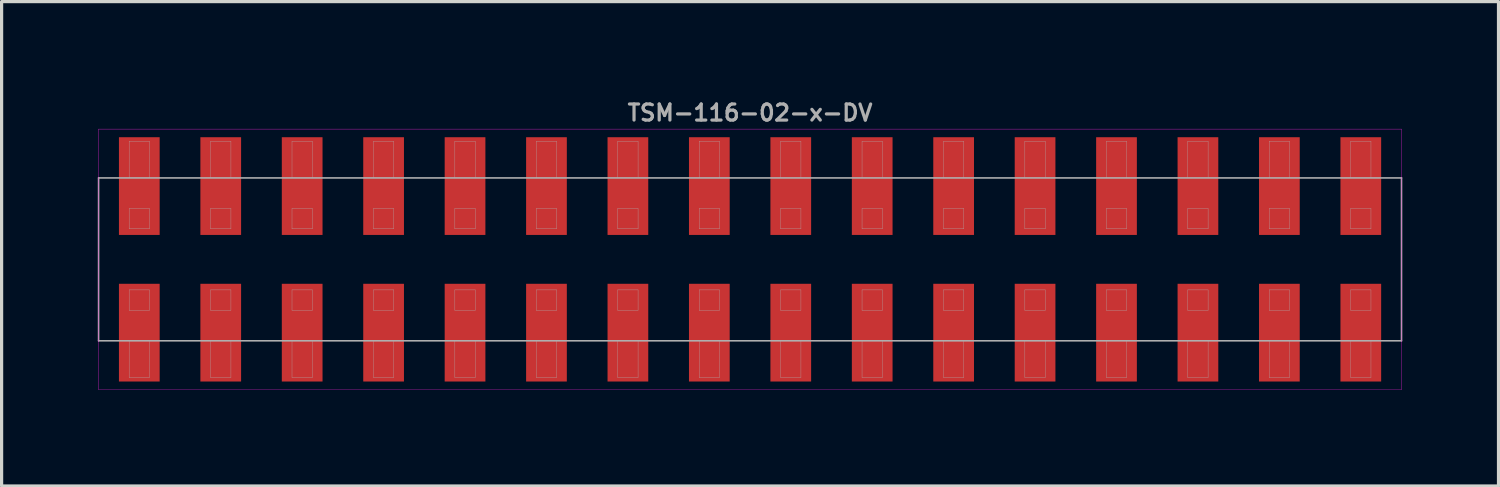
<source format=kicad_pcb>
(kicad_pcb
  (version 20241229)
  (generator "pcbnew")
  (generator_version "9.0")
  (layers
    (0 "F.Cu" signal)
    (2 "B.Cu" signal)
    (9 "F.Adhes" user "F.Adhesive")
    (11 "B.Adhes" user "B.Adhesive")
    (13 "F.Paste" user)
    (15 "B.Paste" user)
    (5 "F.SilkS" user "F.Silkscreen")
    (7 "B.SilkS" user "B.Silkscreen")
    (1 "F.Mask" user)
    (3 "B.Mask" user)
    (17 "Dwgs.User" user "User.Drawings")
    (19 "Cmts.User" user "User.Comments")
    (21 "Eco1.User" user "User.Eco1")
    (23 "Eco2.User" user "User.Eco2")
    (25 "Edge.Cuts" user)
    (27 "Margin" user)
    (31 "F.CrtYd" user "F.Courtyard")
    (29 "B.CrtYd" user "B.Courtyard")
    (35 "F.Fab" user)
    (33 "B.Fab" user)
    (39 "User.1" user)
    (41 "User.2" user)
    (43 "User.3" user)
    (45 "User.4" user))
  (footprint "TSM-116-02-x-DV"
    (layer "F.Cu")
    (at 20.345 5.04)
    (property "Reference" "TSM-116-02-x-DV" (at 0 -4.572 0) (layer "F.Fab") (effects (font (size 0.5 0.5) (thickness 0.1))))
    (attr smd)
    (fp_line (start -20.32 -4.064) (end -20.32 4.064) (stroke (width 0.01) (type solid)) (layer "F.CrtYd"))
    (fp_line (start -20.32 4.064) (end 20.32 4.064) (stroke (width 0.01) (type solid)) (layer "F.CrtYd"))
    (fp_line (start 20.32 -4.064) (end -20.32 -4.064) (stroke (width 0.01) (type solid)) (layer "F.CrtYd"))
    (fp_line (start 20.32 4.064) (end 20.32 -4.064) (stroke (width 0.01) (type solid)) (layer "F.CrtYd"))
    (fp_line (start -20.32 -2.54) (end 20.32 -2.54) (stroke (width 0.05) (type solid)) (layer "F.Fab"))
    (fp_line (start -20.32 2.54) (end -20.32 -2.54) (stroke (width 0.05) (type solid)) (layer "F.Fab"))
    (fp_line (start -19.367 -3.683) (end -18.733 -3.683) (stroke (width 0.01) (type solid)) (layer "F.Fab"))
    (fp_line (start -19.367 -2.54) (end -19.367 -3.683) (stroke (width 0.01) (type solid)) (layer "F.Fab"))
    (fp_line (start -19.367 -1.587) (end -19.367 -0.953) (stroke (width 0.01) (type solid)) (layer "F.Fab"))
    (fp_line (start -19.367 -0.953) (end -18.733 -0.953) (stroke (width 0.01) (type solid)) (layer "F.Fab"))
    (fp_line (start -19.367 0.953) (end -19.367 1.587) (stroke (width 0.01) (type solid)) (layer "F.Fab"))
    (fp_line (start -19.367 1.587) (end -18.733 1.587) (stroke (width 0.01) (type solid)) (layer "F.Fab"))
    (fp_line (start -19.367 3.683) (end -19.367 2.54) (stroke (width 0.01) (type solid)) (layer "F.Fab"))
    (fp_line (start -18.733 -3.683) (end -18.733 -2.54) (stroke (width 0.01) (type solid)) (layer "F.Fab"))
    (fp_line (start -18.733 -1.587) (end -19.367 -1.587) (stroke (width 0.01) (type solid)) (layer "F.Fab"))
    (fp_line (start -18.733 -0.953) (end -18.733 -1.587) (stroke (width 0.01) (type solid)) (layer "F.Fab"))
    (fp_line (start -18.733 0.953) (end -19.367 0.953) (stroke (width 0.01) (type solid)) (layer "F.Fab"))
    (fp_line (start -18.733 1.587) (end -18.733 0.953) (stroke (width 0.01) (type solid)) (layer "F.Fab"))
    (fp_line (start -18.733 2.54) (end -18.733 3.683) (stroke (width 0.01) (type solid)) (layer "F.Fab"))
    (fp_line (start -18.733 3.683) (end -19.367 3.683) (stroke (width 0.01) (type solid)) (layer "F.Fab"))
    (fp_line (start -16.828 -3.683) (end -16.192 -3.683) (stroke (width 0.01) (type solid)) (layer "F.Fab"))
    (fp_line (start -16.828 -2.54) (end -16.828 -3.683) (stroke (width 0.01) (type solid)) (layer "F.Fab"))
    (fp_line (start -16.828 -1.587) (end -16.828 -0.953) (stroke (width 0.01) (type solid)) (layer "F.Fab"))
    (fp_line (start -16.828 -0.953) (end -16.192 -0.953) (stroke (width 0.01) (type solid)) (layer "F.Fab"))
    (fp_line (start -16.828 0.953) (end -16.828 1.587) (stroke (width 0.01) (type solid)) (layer "F.Fab"))
    (fp_line (start -16.828 1.587) (end -16.192 1.587) (stroke (width 0.01) (type solid)) (layer "F.Fab"))
    (fp_line (start -16.828 3.683) (end -16.828 2.54) (stroke (width 0.01) (type solid)) (layer "F.Fab"))
    (fp_line (start -16.192 -3.683) (end -16.192 -2.54) (stroke (width 0.01) (type solid)) (layer "F.Fab"))
    (fp_line (start -16.192 -1.587) (end -16.828 -1.587) (stroke (width 0.01) (type solid)) (layer "F.Fab"))
    (fp_line (start -16.192 -0.953) (end -16.192 -1.587) (stroke (width 0.01) (type solid)) (layer "F.Fab"))
    (fp_line (start -16.192 0.953) (end -16.828 0.953) (stroke (width 0.01) (type solid)) (layer "F.Fab"))
    (fp_line (start -16.192 1.587) (end -16.192 0.953) (stroke (width 0.01) (type solid)) (layer "F.Fab"))
    (fp_line (start -16.192 2.54) (end -16.192 3.683) (stroke (width 0.01) (type solid)) (layer "F.Fab"))
    (fp_line (start -16.192 3.683) (end -16.828 3.683) (stroke (width 0.01) (type solid)) (layer "F.Fab"))
    (fp_line (start -14.287 -3.683) (end -13.652 -3.683) (stroke (width 0.01) (type solid)) (layer "F.Fab"))
    (fp_line (start -14.287 -2.54) (end -14.287 -3.683) (stroke (width 0.01) (type solid)) (layer "F.Fab"))
    (fp_line (start -14.287 -1.587) (end -14.287 -0.953) (stroke (width 0.01) (type solid)) (layer "F.Fab"))
    (fp_line (start -14.287 -0.953) (end -13.652 -0.953) (stroke (width 0.01) (type solid)) (layer "F.Fab"))
    (fp_line (start -14.287 0.953) (end -14.287 1.587) (stroke (width 0.01) (type solid)) (layer "F.Fab"))
    (fp_line (start -14.287 1.587) (end -13.652 1.587) (stroke (width 0.01) (type solid)) (layer "F.Fab"))
    (fp_line (start -14.287 3.683) (end -14.287 2.54) (stroke (width 0.01) (type solid)) (layer "F.Fab"))
    (fp_line (start -13.652 -3.683) (end -13.652 -2.54) (stroke (width 0.01) (type solid)) (layer "F.Fab"))
    (fp_line (start -13.652 -1.587) (end -14.287 -1.587) (stroke (width 0.01) (type solid)) (layer "F.Fab"))
    (fp_line (start -13.652 -0.953) (end -13.652 -1.587) (stroke (width 0.01) (type solid)) (layer "F.Fab"))
    (fp_line (start -13.652 0.953) (end -14.287 0.953) (stroke (width 0.01) (type solid)) (layer "F.Fab"))
    (fp_line (start -13.652 1.587) (end -13.652 0.953) (stroke (width 0.01) (type solid)) (layer "F.Fab"))
    (fp_line (start -13.652 2.54) (end -13.652 3.683) (stroke (width 0.01) (type solid)) (layer "F.Fab"))
    (fp_line (start -13.652 3.683) (end -14.287 3.683) (stroke (width 0.01) (type solid)) (layer "F.Fab"))
    (fp_line (start -11.748 -3.683) (end -11.113 -3.683) (stroke (width 0.01) (type solid)) (layer "F.Fab"))
    (fp_line (start -11.748 -2.54) (end -11.748 -3.683) (stroke (width 0.01) (type solid)) (layer "F.Fab"))
    (fp_line (start -11.748 -1.587) (end -11.748 -0.953) (stroke (width 0.01) (type solid)) (layer "F.Fab"))
    (fp_line (start -11.748 -0.953) (end -11.113 -0.953) (stroke (width 0.01) (type solid)) (layer "F.Fab"))
    (fp_line (start -11.748 0.953) (end -11.748 1.587) (stroke (width 0.01) (type solid)) (layer "F.Fab"))
    (fp_line (start -11.748 1.587) (end -11.113 1.587) (stroke (width 0.01) (type solid)) (layer "F.Fab"))
    (fp_line (start -11.748 3.683) (end -11.748 2.54) (stroke (width 0.01) (type solid)) (layer "F.Fab"))
    (fp_line (start -11.113 -3.683) (end -11.113 -2.54) (stroke (width 0.01) (type solid)) (layer "F.Fab"))
    (fp_line (start -11.113 -1.587) (end -11.748 -1.587) (stroke (width 0.01) (type solid)) (layer "F.Fab"))
    (fp_line (start -11.113 -0.953) (end -11.113 -1.587) (stroke (width 0.01) (type solid)) (layer "F.Fab"))
    (fp_line (start -11.113 0.953) (end -11.748 0.953) (stroke (width 0.01) (type solid)) (layer "F.Fab"))
    (fp_line (start -11.113 1.587) (end -11.113 0.953) (stroke (width 0.01) (type solid)) (layer "F.Fab"))
    (fp_line (start -11.113 2.54) (end -11.113 3.683) (stroke (width 0.01) (type solid)) (layer "F.Fab"))
    (fp_line (start -11.113 3.683) (end -11.748 3.683) (stroke (width 0.01) (type solid)) (layer "F.Fab"))
    (fp_line (start -9.207 -3.683) (end -8.572 -3.683) (stroke (width 0.01) (type solid)) (layer "F.Fab"))
    (fp_line (start -9.207 -2.54) (end -9.207 -3.683) (stroke (width 0.01) (type solid)) (layer "F.Fab"))
    (fp_line (start -9.207 -1.587) (end -9.207 -0.953) (stroke (width 0.01) (type solid)) (layer "F.Fab"))
    (fp_line (start -9.207 -0.953) (end -8.572 -0.953) (stroke (width 0.01) (type solid)) (layer "F.Fab"))
    (fp_line (start -9.207 0.953) (end -9.207 1.587) (stroke (width 0.01) (type solid)) (layer "F.Fab"))
    (fp_line (start -9.207 1.587) (end -8.572 1.587) (stroke (width 0.01) (type solid)) (layer "F.Fab"))
    (fp_line (start -9.207 3.683) (end -9.207 2.54) (stroke (width 0.01) (type solid)) (layer "F.Fab"))
    (fp_line (start -8.572 -3.683) (end -8.572 -2.54) (stroke (width 0.01) (type solid)) (layer "F.Fab"))
    (fp_line (start -8.572 -1.587) (end -9.207 -1.587) (stroke (width 0.01) (type solid)) (layer "F.Fab"))
    (fp_line (start -8.572 -0.953) (end -8.572 -1.587) (stroke (width 0.01) (type solid)) (layer "F.Fab"))
    (fp_line (start -8.572 0.953) (end -9.207 0.953) (stroke (width 0.01) (type solid)) (layer "F.Fab"))
    (fp_line (start -8.572 1.587) (end -8.572 0.953) (stroke (width 0.01) (type solid)) (layer "F.Fab"))
    (fp_line (start -8.572 2.54) (end -8.572 3.683) (stroke (width 0.01) (type solid)) (layer "F.Fab"))
    (fp_line (start -8.572 3.683) (end -9.207 3.683) (stroke (width 0.01) (type solid)) (layer "F.Fab"))
    (fp_line (start -6.668 -3.683) (end -6.032 -3.683) (stroke (width 0.01) (type solid)) (layer "F.Fab"))
    (fp_line (start -6.668 -2.54) (end -6.668 -3.683) (stroke (width 0.01) (type solid)) (layer "F.Fab"))
    (fp_line (start -6.668 -1.587) (end -6.668 -0.953) (stroke (width 0.01) (type solid)) (layer "F.Fab"))
    (fp_line (start -6.668 -0.953) (end -6.032 -0.953) (stroke (width 0.01) (type solid)) (layer "F.Fab"))
    (fp_line (start -6.668 0.953) (end -6.668 1.587) (stroke (width 0.01) (type solid)) (layer "F.Fab"))
    (fp_line (start -6.668 1.587) (end -6.032 1.587) (stroke (width 0.01) (type solid)) (layer "F.Fab"))
    (fp_line (start -6.668 3.683) (end -6.668 2.54) (stroke (width 0.01) (type solid)) (layer "F.Fab"))
    (fp_line (start -6.032 -3.683) (end -6.032 -2.54) (stroke (width 0.01) (type solid)) (layer "F.Fab"))
    (fp_line (start -6.032 -1.587) (end -6.668 -1.587) (stroke (width 0.01) (type solid)) (layer "F.Fab"))
    (fp_line (start -6.032 -0.953) (end -6.032 -1.587) (stroke (width 0.01) (type solid)) (layer "F.Fab"))
    (fp_line (start -6.032 0.953) (end -6.668 0.953) (stroke (width 0.01) (type solid)) (layer "F.Fab"))
    (fp_line (start -6.032 1.587) (end -6.032 0.953) (stroke (width 0.01) (type solid)) (layer "F.Fab"))
    (fp_line (start -6.032 2.54) (end -6.032 3.683) (stroke (width 0.01) (type solid)) (layer "F.Fab"))
    (fp_line (start -6.032 3.683) (end -6.668 3.683) (stroke (width 0.01) (type solid)) (layer "F.Fab"))
    (fp_line (start -4.128 -3.683) (end -3.493 -3.683) (stroke (width 0.01) (type solid)) (layer "F.Fab"))
    (fp_line (start -4.128 -2.54) (end -4.128 -3.683) (stroke (width 0.01) (type solid)) (layer "F.Fab"))
    (fp_line (start -4.128 -1.587) (end -4.128 -0.953) (stroke (width 0.01) (type solid)) (layer "F.Fab"))
    (fp_line (start -4.128 -0.953) (end -3.493 -0.953) (stroke (width 0.01) (type solid)) (layer "F.Fab"))
    (fp_line (start -4.128 0.953) (end -4.128 1.587) (stroke (width 0.01) (type solid)) (layer "F.Fab"))
    (fp_line (start -4.128 1.587) (end -3.493 1.587) (stroke (width 0.01) (type solid)) (layer "F.Fab"))
    (fp_line (start -4.128 3.683) (end -4.128 2.54) (stroke (width 0.01) (type solid)) (layer "F.Fab"))
    (fp_line (start -3.493 -3.683) (end -3.493 -2.54) (stroke (width 0.01) (type solid)) (layer "F.Fab"))
    (fp_line (start -3.493 -1.587) (end -4.128 -1.587) (stroke (width 0.01) (type solid)) (layer "F.Fab"))
    (fp_line (start -3.493 -0.953) (end -3.493 -1.587) (stroke (width 0.01) (type solid)) (layer "F.Fab"))
    (fp_line (start -3.493 0.953) (end -4.128 0.953) (stroke (width 0.01) (type solid)) (layer "F.Fab"))
    (fp_line (start -3.493 1.587) (end -3.493 0.953) (stroke (width 0.01) (type solid)) (layer "F.Fab"))
    (fp_line (start -3.493 2.54) (end -3.493 3.683) (stroke (width 0.01) (type solid)) (layer "F.Fab"))
    (fp_line (start -3.493 3.683) (end -4.128 3.683) (stroke (width 0.01) (type solid)) (layer "F.Fab"))
    (fp_line (start -1.587 -3.683) (end -0.953 -3.683) (stroke (width 0.01) (type solid)) (layer "F.Fab"))
    (fp_line (start -1.587 -2.54) (end -1.587 -3.683) (stroke (width 0.01) (type solid)) (layer "F.Fab"))
    (fp_line (start -1.587 -1.587) (end -1.587 -0.953) (stroke (width 0.01) (type solid)) (layer "F.Fab"))
    (fp_line (start -1.587 -0.953) (end -0.953 -0.953) (stroke (width 0.01) (type solid)) (layer "F.Fab"))
    (fp_line (start -1.587 0.953) (end -1.587 1.587) (stroke (width 0.01) (type solid)) (layer "F.Fab"))
    (fp_line (start -1.587 1.587) (end -0.953 1.587) (stroke (width 0.01) (type solid)) (layer "F.Fab"))
    (fp_line (start -1.587 3.683) (end -1.587 2.54) (stroke (width 0.01) (type solid)) (layer "F.Fab"))
    (fp_line (start -0.953 -3.683) (end -0.953 -2.54) (stroke (width 0.01) (type solid)) (layer "F.Fab"))
    (fp_line (start -0.953 -1.587) (end -1.587 -1.587) (stroke (width 0.01) (type solid)) (layer "F.Fab"))
    (fp_line (start -0.953 -0.953) (end -0.953 -1.587) (stroke (width 0.01) (type solid)) (layer "F.Fab"))
    (fp_line (start -0.953 0.953) (end -1.587 0.953) (stroke (width 0.01) (type solid)) (layer "F.Fab"))
    (fp_line (start -0.953 1.587) (end -0.953 0.953) (stroke (width 0.01) (type solid)) (layer "F.Fab"))
    (fp_line (start -0.953 2.54) (end -0.953 3.683) (stroke (width 0.01) (type solid)) (layer "F.Fab"))
    (fp_line (start -0.953 3.683) (end -1.587 3.683) (stroke (width 0.01) (type solid)) (layer "F.Fab"))
    (fp_line (start 0.953 -3.683) (end 1.587 -3.683) (stroke (width 0.01) (type solid)) (layer "F.Fab"))
    (fp_line (start 0.953 -2.54) (end 0.953 -3.683) (stroke (width 0.01) (type solid)) (layer "F.Fab"))
    (fp_line (start 0.953 -1.587) (end 0.953 -0.953) (stroke (width 0.01) (type solid)) (layer "F.Fab"))
    (fp_line (start 0.953 -0.953) (end 1.587 -0.953) (stroke (width 0.01) (type solid)) (layer "F.Fab"))
    (fp_line (start 0.953 0.953) (end 0.953 1.587) (stroke (width 0.01) (type solid)) (layer "F.Fab"))
    (fp_line (start 0.953 1.587) (end 1.587 1.587) (stroke (width 0.01) (type solid)) (layer "F.Fab"))
    (fp_line (start 0.953 3.683) (end 0.953 2.54) (stroke (width 0.01) (type solid)) (layer "F.Fab"))
    (fp_line (start 1.587 -3.683) (end 1.587 -2.54) (stroke (width 0.01) (type solid)) (layer "F.Fab"))
    (fp_line (start 1.587 -1.587) (end 0.953 -1.587) (stroke (width 0.01) (type solid)) (layer "F.Fab"))
    (fp_line (start 1.587 -0.953) (end 1.587 -1.587) (stroke (width 0.01) (type solid)) (layer "F.Fab"))
    (fp_line (start 1.587 0.953) (end 0.953 0.953) (stroke (width 0.01) (type solid)) (layer "F.Fab"))
    (fp_line (start 1.587 1.587) (end 1.587 0.953) (stroke (width 0.01) (type solid)) (layer "F.Fab"))
    (fp_line (start 1.587 2.54) (end 1.587 3.683) (stroke (width 0.01) (type solid)) (layer "F.Fab"))
    (fp_line (start 1.587 3.683) (end 0.953 3.683) (stroke (width 0.01) (type solid)) (layer "F.Fab"))
    (fp_line (start 3.493 -3.683) (end 4.128 -3.683) (stroke (width 0.01) (type solid)) (layer "F.Fab"))
    (fp_line (start 3.493 -2.54) (end 3.493 -3.683) (stroke (width 0.01) (type solid)) (layer "F.Fab"))
    (fp_line (start 3.493 -1.587) (end 3.493 -0.953) (stroke (width 0.01) (type solid)) (layer "F.Fab"))
    (fp_line (start 3.493 -0.953) (end 4.128 -0.953) (stroke (width 0.01) (type solid)) (layer "F.Fab"))
    (fp_line (start 3.493 0.953) (end 3.493 1.587) (stroke (width 0.01) (type solid)) (layer "F.Fab"))
    (fp_line (start 3.493 1.587) (end 4.128 1.587) (stroke (width 0.01) (type solid)) (layer "F.Fab"))
    (fp_line (start 3.493 3.683) (end 3.493 2.54) (stroke (width 0.01) (type solid)) (layer "F.Fab"))
    (fp_line (start 4.128 -3.683) (end 4.128 -2.54) (stroke (width 0.01) (type solid)) (layer "F.Fab"))
    (fp_line (start 4.128 -1.587) (end 3.493 -1.587) (stroke (width 0.01) (type solid)) (layer "F.Fab"))
    (fp_line (start 4.128 -0.953) (end 4.128 -1.587) (stroke (width 0.01) (type solid)) (layer "F.Fab"))
    (fp_line (start 4.128 0.953) (end 3.493 0.953) (stroke (width 0.01) (type solid)) (layer "F.Fab"))
    (fp_line (start 4.128 1.587) (end 4.128 0.953) (stroke (width 0.01) (type solid)) (layer "F.Fab"))
    (fp_line (start 4.128 2.54) (end 4.128 3.683) (stroke (width 0.01) (type solid)) (layer "F.Fab"))
    (fp_line (start 4.128 3.683) (end 3.493 3.683) (stroke (width 0.01) (type solid)) (layer "F.Fab"))
    (fp_line (start 6.032 -3.683) (end 6.668 -3.683) (stroke (width 0.01) (type solid)) (layer "F.Fab"))
    (fp_line (start 6.032 -2.54) (end 6.032 -3.683) (stroke (width 0.01) (type solid)) (layer "F.Fab"))
    (fp_line (start 6.032 -1.587) (end 6.032 -0.953) (stroke (width 0.01) (type solid)) (layer "F.Fab"))
    (fp_line (start 6.032 -0.953) (end 6.668 -0.953) (stroke (width 0.01) (type solid)) (layer "F.Fab"))
    (fp_line (start 6.032 0.953) (end 6.032 1.587) (stroke (width 0.01) (type solid)) (layer "F.Fab"))
    (fp_line (start 6.032 1.587) (end 6.668 1.587) (stroke (width 0.01) (type solid)) (layer "F.Fab"))
    (fp_line (start 6.032 3.683) (end 6.032 2.54) (stroke (width 0.01) (type solid)) (layer "F.Fab"))
    (fp_line (start 6.668 -3.683) (end 6.668 -2.54) (stroke (width 0.01) (type solid)) (layer "F.Fab"))
    (fp_line (start 6.668 -1.587) (end 6.032 -1.587) (stroke (width 0.01) (type solid)) (layer "F.Fab"))
    (fp_line (start 6.668 -0.953) (end 6.668 -1.587) (stroke (width 0.01) (type solid)) (layer "F.Fab"))
    (fp_line (start 6.668 0.953) (end 6.032 0.953) (stroke (width 0.01) (type solid)) (layer "F.Fab"))
    (fp_line (start 6.668 1.587) (end 6.668 0.953) (stroke (width 0.01) (type solid)) (layer "F.Fab"))
    (fp_line (start 6.668 2.54) (end 6.668 3.683) (stroke (width 0.01) (type solid)) (layer "F.Fab"))
    (fp_line (start 6.668 3.683) (end 6.032 3.683) (stroke (width 0.01) (type solid)) (layer "F.Fab"))
    (fp_line (start 8.572 -3.683) (end 9.207 -3.683) (stroke (width 0.01) (type solid)) (layer "F.Fab"))
    (fp_line (start 8.572 -2.54) (end 8.572 -3.683) (stroke (width 0.01) (type solid)) (layer "F.Fab"))
    (fp_line (start 8.572 -1.587) (end 8.572 -0.953) (stroke (width 0.01) (type solid)) (layer "F.Fab"))
    (fp_line (start 8.572 -0.953) (end 9.207 -0.953) (stroke (width 0.01) (type solid)) (layer "F.Fab"))
    (fp_line (start 8.572 0.953) (end 8.572 1.587) (stroke (width 0.01) (type solid)) (layer "F.Fab"))
    (fp_line (start 8.572 1.587) (end 9.207 1.587) (stroke (width 0.01) (type solid)) (layer "F.Fab"))
    (fp_line (start 8.572 3.683) (end 8.572 2.54) (stroke (width 0.01) (type solid)) (layer "F.Fab"))
    (fp_line (start 9.207 -3.683) (end 9.207 -2.54) (stroke (width 0.01) (type solid)) (layer "F.Fab"))
    (fp_line (start 9.207 -1.587) (end 8.572 -1.587) (stroke (width 0.01) (type solid)) (layer "F.Fab"))
    (fp_line (start 9.207 -0.953) (end 9.207 -1.587) (stroke (width 0.01) (type solid)) (layer "F.Fab"))
    (fp_line (start 9.207 0.953) (end 8.572 0.953) (stroke (width 0.01) (type solid)) (layer "F.Fab"))
    (fp_line (start 9.207 1.587) (end 9.207 0.953) (stroke (width 0.01) (type solid)) (layer "F.Fab"))
    (fp_line (start 9.207 2.54) (end 9.207 3.683) (stroke (width 0.01) (type solid)) (layer "F.Fab"))
    (fp_line (start 9.207 3.683) (end 8.572 3.683) (stroke (width 0.01) (type solid)) (layer "F.Fab"))
    (fp_line (start 11.113 -3.683) (end 11.748 -3.683) (stroke (width 0.01) (type solid)) (layer "F.Fab"))
    (fp_line (start 11.113 -2.54) (end 11.113 -3.683) (stroke (width 0.01) (type solid)) (layer "F.Fab"))
    (fp_line (start 11.113 -1.587) (end 11.113 -0.953) (stroke (width 0.01) (type solid)) (layer "F.Fab"))
    (fp_line (start 11.113 -0.953) (end 11.748 -0.953) (stroke (width 0.01) (type solid)) (layer "F.Fab"))
    (fp_line (start 11.113 0.953) (end 11.113 1.587) (stroke (width 0.01) (type solid)) (layer "F.Fab"))
    (fp_line (start 11.113 1.587) (end 11.748 1.587) (stroke (width 0.01) (type solid)) (layer "F.Fab"))
    (fp_line (start 11.113 3.683) (end 11.113 2.54) (stroke (width 0.01) (type solid)) (layer "F.Fab"))
    (fp_line (start 11.748 -3.683) (end 11.748 -2.54) (stroke (width 0.01) (type solid)) (layer "F.Fab"))
    (fp_line (start 11.748 -1.587) (end 11.113 -1.587) (stroke (width 0.01) (type solid)) (layer "F.Fab"))
    (fp_line (start 11.748 -0.953) (end 11.748 -1.587) (stroke (width 0.01) (type solid)) (layer "F.Fab"))
    (fp_line (start 11.748 0.953) (end 11.113 0.953) (stroke (width 0.01) (type solid)) (layer "F.Fab"))
    (fp_line (start 11.748 1.587) (end 11.748 0.953) (stroke (width 0.01) (type solid)) (layer "F.Fab"))
    (fp_line (start 11.748 2.54) (end 11.748 3.683) (stroke (width 0.01) (type solid)) (layer "F.Fab"))
    (fp_line (start 11.748 3.683) (end 11.113 3.683) (stroke (width 0.01) (type solid)) (layer "F.Fab"))
    (fp_line (start 13.652 -3.683) (end 14.287 -3.683) (stroke (width 0.01) (type solid)) (layer "F.Fab"))
    (fp_line (start 13.652 -2.54) (end 13.652 -3.683) (stroke (width 0.01) (type solid)) (layer "F.Fab"))
    (fp_line (start 13.652 -1.587) (end 13.652 -0.953) (stroke (width 0.01) (type solid)) (layer "F.Fab"))
    (fp_line (start 13.652 -0.953) (end 14.287 -0.953) (stroke (width 0.01) (type solid)) (layer "F.Fab"))
    (fp_line (start 13.652 0.953) (end 13.652 1.587) (stroke (width 0.01) (type solid)) (layer "F.Fab"))
    (fp_line (start 13.652 1.587) (end 14.287 1.587) (stroke (width 0.01) (type solid)) (layer "F.Fab"))
    (fp_line (start 13.652 3.683) (end 13.652 2.54) (stroke (width 0.01) (type solid)) (layer "F.Fab"))
    (fp_line (start 14.287 -3.683) (end 14.287 -2.54) (stroke (width 0.01) (type solid)) (layer "F.Fab"))
    (fp_line (start 14.287 -1.587) (end 13.652 -1.587) (stroke (width 0.01) (type solid)) (layer "F.Fab"))
    (fp_line (start 14.287 -0.953) (end 14.287 -1.587) (stroke (width 0.01) (type solid)) (layer "F.Fab"))
    (fp_line (start 14.287 0.953) (end 13.652 0.953) (stroke (width 0.01) (type solid)) (layer "F.Fab"))
    (fp_line (start 14.287 1.587) (end 14.287 0.953) (stroke (width 0.01) (type solid)) (layer "F.Fab"))
    (fp_line (start 14.287 2.54) (end 14.287 3.683) (stroke (width 0.01) (type solid)) (layer "F.Fab"))
    (fp_line (start 14.287 3.683) (end 13.652 3.683) (stroke (width 0.01) (type solid)) (layer "F.Fab"))
    (fp_line (start 16.192 -3.683) (end 16.828 -3.683) (stroke (width 0.01) (type solid)) (layer "F.Fab"))
    (fp_line (start 16.192 -2.54) (end 16.192 -3.683) (stroke (width 0.01) (type solid)) (layer "F.Fab"))
    (fp_line (start 16.192 -1.587) (end 16.192 -0.953) (stroke (width 0.01) (type solid)) (layer "F.Fab"))
    (fp_line (start 16.192 -0.953) (end 16.828 -0.953) (stroke (width 0.01) (type solid)) (layer "F.Fab"))
    (fp_line (start 16.192 0.953) (end 16.192 1.587) (stroke (width 0.01) (type solid)) (layer "F.Fab"))
    (fp_line (start 16.192 1.587) (end 16.828 1.587) (stroke (width 0.01) (type solid)) (layer "F.Fab"))
    (fp_line (start 16.192 3.683) (end 16.192 2.54) (stroke (width 0.01) (type solid)) (layer "F.Fab"))
    (fp_line (start 16.828 -3.683) (end 16.828 -2.54) (stroke (width 0.01) (type solid)) (layer "F.Fab"))
    (fp_line (start 16.828 -1.587) (end 16.192 -1.587) (stroke (width 0.01) (type solid)) (layer "F.Fab"))
    (fp_line (start 16.828 -0.953) (end 16.828 -1.587) (stroke (width 0.01) (type solid)) (layer "F.Fab"))
    (fp_line (start 16.828 0.953) (end 16.192 0.953) (stroke (width 0.01) (type solid)) (layer "F.Fab"))
    (fp_line (start 16.828 1.587) (end 16.828 0.953) (stroke (width 0.01) (type solid)) (layer "F.Fab"))
    (fp_line (start 16.828 2.54) (end 16.828 3.683) (stroke (width 0.01) (type solid)) (layer "F.Fab"))
    (fp_line (start 16.828 3.683) (end 16.192 3.683) (stroke (width 0.01) (type solid)) (layer "F.Fab"))
    (fp_line (start 18.733 -3.683) (end 19.367 -3.683) (stroke (width 0.01) (type solid)) (layer "F.Fab"))
    (fp_line (start 18.733 -2.54) (end 18.733 -3.683) (stroke (width 0.01) (type solid)) (layer "F.Fab"))
    (fp_line (start 18.733 -1.587) (end 18.733 -0.953) (stroke (width 0.01) (type solid)) (layer "F.Fab"))
    (fp_line (start 18.733 -0.953) (end 19.367 -0.953) (stroke (width 0.01) (type solid)) (layer "F.Fab"))
    (fp_line (start 18.733 0.953) (end 18.733 1.587) (stroke (width 0.01) (type solid)) (layer "F.Fab"))
    (fp_line (start 18.733 1.587) (end 19.367 1.587) (stroke (width 0.01) (type solid)) (layer "F.Fab"))
    (fp_line (start 18.733 3.683) (end 18.733 2.54) (stroke (width 0.01) (type solid)) (layer "F.Fab"))
    (fp_line (start 19.367 -3.683) (end 19.367 -2.54) (stroke (width 0.01) (type solid)) (layer "F.Fab"))
    (fp_line (start 19.367 -1.587) (end 18.733 -1.587) (stroke (width 0.01) (type solid)) (layer "F.Fab"))
    (fp_line (start 19.367 -0.953) (end 19.367 -1.587) (stroke (width 0.01) (type solid)) (layer "F.Fab"))
    (fp_line (start 19.367 0.953) (end 18.733 0.953) (stroke (width 0.01) (type solid)) (layer "F.Fab"))
    (fp_line (start 19.367 1.587) (end 19.367 0.953) (stroke (width 0.01) (type solid)) (layer "F.Fab"))
    (fp_line (start 19.367 2.54) (end 19.367 3.683) (stroke (width 0.01) (type solid)) (layer "F.Fab"))
    (fp_line (start 19.367 3.683) (end 18.733 3.683) (stroke (width 0.01) (type solid)) (layer "F.Fab"))
    (fp_line (start 20.32 -2.54) (end 20.32 2.54) (stroke (width 0.05) (type solid)) (layer "F.Fab"))
    (fp_line (start 20.32 2.54) (end -20.32 2.54) (stroke (width 0.05) (type solid)) (layer "F.Fab"))
    (pad "1" smd rect (at -19.05 2.286) (size 1.27 3.048) (layers "F.Cu" "F.Mask" "F.Paste"))
    (pad "2" smd rect (at -19.05 -2.286) (size 1.27 3.048) (layers "F.Cu" "F.Mask" "F.Paste"))
    (pad "3" smd rect (at -16.51 2.286) (size 1.27 3.048) (layers "F.Cu" "F.Mask" "F.Paste"))
    (pad "4" smd rect (at -16.51 -2.286) (size 1.27 3.048) (layers "F.Cu" "F.Mask" "F.Paste"))
    (pad "5" smd rect (at -13.97 2.286) (size 1.27 3.048) (layers "F.Cu" "F.Mask" "F.Paste"))
    (pad "6" smd rect (at -13.97 -2.286) (size 1.27 3.048) (layers "F.Cu" "F.Mask" "F.Paste"))
    (pad "7" smd rect (at -11.43 2.286) (size 1.27 3.048) (layers "F.Cu" "F.Mask" "F.Paste"))
    (pad "8" smd rect (at -11.43 -2.286) (size 1.27 3.048) (layers "F.Cu" "F.Mask" "F.Paste"))
    (pad "9" smd rect (at -8.89 2.286) (size 1.27 3.048) (layers "F.Cu" "F.Mask" "F.Paste"))
    (pad "10" smd rect (at -8.89 -2.286) (size 1.27 3.048) (layers "F.Cu" "F.Mask" "F.Paste"))
    (pad "11" smd rect (at -6.35 2.286) (size 1.27 3.048) (layers "F.Cu" "F.Mask" "F.Paste"))
    (pad "12" smd rect (at -6.35 -2.286) (size 1.27 3.048) (layers "F.Cu" "F.Mask" "F.Paste"))
    (pad "13" smd rect (at -3.81 2.286) (size 1.27 3.048) (layers "F.Cu" "F.Mask" "F.Paste"))
    (pad "14" smd rect (at -3.81 -2.286) (size 1.27 3.048) (layers "F.Cu" "F.Mask" "F.Paste"))
    (pad "15" smd rect (at -1.27 2.286) (size 1.27 3.048) (layers "F.Cu" "F.Mask" "F.Paste"))
    (pad "16" smd rect (at -1.27 -2.286) (size 1.27 3.048) (layers "F.Cu" "F.Mask" "F.Paste"))
    (pad "17" smd rect (at 1.27 2.286) (size 1.27 3.048) (layers "F.Cu" "F.Mask" "F.Paste"))
    (pad "18" smd rect (at 1.27 -2.286) (size 1.27 3.048) (layers "F.Cu" "F.Mask" "F.Paste"))
    (pad "19" smd rect (at 3.81 2.286) (size 1.27 3.048) (layers "F.Cu" "F.Mask" "F.Paste"))
    (pad "20" smd rect (at 3.81 -2.286) (size 1.27 3.048) (layers "F.Cu" "F.Mask" "F.Paste"))
    (pad "21" smd rect (at 6.35 2.286) (size 1.27 3.048) (layers "F.Cu" "F.Mask" "F.Paste"))
    (pad "22" smd rect (at 6.35 -2.286) (size 1.27 3.048) (layers "F.Cu" "F.Mask" "F.Paste"))
    (pad "23" smd rect (at 8.89 2.286) (size 1.27 3.048) (layers "F.Cu" "F.Mask" "F.Paste"))
    (pad "24" smd rect (at 8.89 -2.286) (size 1.27 3.048) (layers "F.Cu" "F.Mask" "F.Paste"))
    (pad "25" smd rect (at 11.43 2.286) (size 1.27 3.048) (layers "F.Cu" "F.Mask" "F.Paste"))
    (pad "26" smd rect (at 11.43 -2.286) (size 1.27 3.048) (layers "F.Cu" "F.Mask" "F.Paste"))
    (pad "27" smd rect (at 13.97 2.286) (size 1.27 3.048) (layers "F.Cu" "F.Mask" "F.Paste"))
    (pad "28" smd rect (at 13.97 -2.286) (size 1.27 3.048) (layers "F.Cu" "F.Mask" "F.Paste"))
    (pad "29" smd rect (at 16.51 2.286) (size 1.27 3.048) (layers "F.Cu" "F.Mask" "F.Paste"))
    (pad "30" smd rect (at 16.51 -2.286) (size 1.27 3.048) (layers "F.Cu" "F.Mask" "F.Paste"))
    (pad "31" smd rect (at 19.05 2.286) (size 1.27 3.048) (layers "F.Cu" "F.Mask" "F.Paste"))
    (pad "32" smd rect (at 19.05 -2.286) (size 1.27 3.048) (layers "F.Cu" "F.Mask" "F.Paste")))
  (gr_rect
    (start -3 -3)
    (end 43.69 12.109)
    (stroke (width 0.1) (type default))
    (fill no)
    (layer "Edge.Cuts")))
</source>
